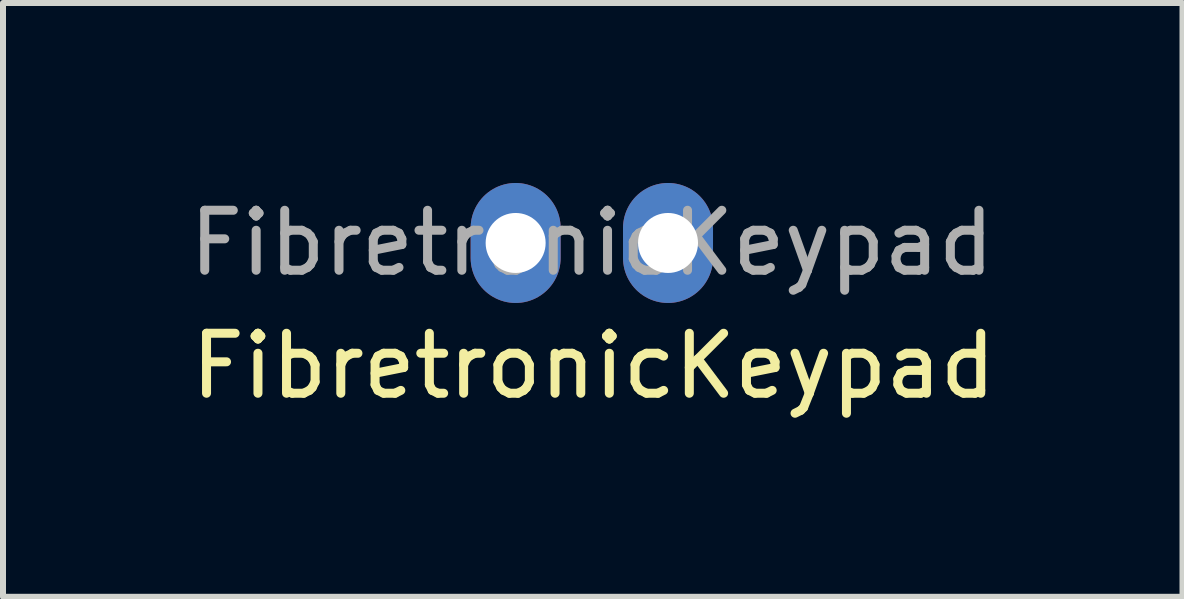
<source format=kicad_pcb>
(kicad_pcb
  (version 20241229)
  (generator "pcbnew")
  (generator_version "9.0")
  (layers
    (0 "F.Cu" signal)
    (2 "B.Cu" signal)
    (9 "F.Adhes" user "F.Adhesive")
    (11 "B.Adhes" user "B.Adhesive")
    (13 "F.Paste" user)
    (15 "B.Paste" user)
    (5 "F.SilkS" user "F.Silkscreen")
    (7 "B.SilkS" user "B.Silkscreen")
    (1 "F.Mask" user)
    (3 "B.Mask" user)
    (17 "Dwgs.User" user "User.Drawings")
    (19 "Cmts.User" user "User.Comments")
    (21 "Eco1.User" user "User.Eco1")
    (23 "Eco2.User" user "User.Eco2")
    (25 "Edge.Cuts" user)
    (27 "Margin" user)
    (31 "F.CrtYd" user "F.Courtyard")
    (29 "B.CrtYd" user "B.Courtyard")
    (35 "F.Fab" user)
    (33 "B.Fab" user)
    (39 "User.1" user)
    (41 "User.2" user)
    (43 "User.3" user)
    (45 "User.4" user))
  (footprint "FibretronicKeypad"
    (layer "F.Cu")
    (at 5.545 1)
    (property "Reference" "FibretronicKeypad" (at 1.3 2.05 0) (layer "F.SilkS") (effects (font (size 1 1) (thickness 0.15))))
    (attr through_hole)
    (fp_text user "${REFERENCE}" (at 1.27 0 0) (layer "F.Fab") (effects (font (size 1 1) (thickness 0.15))))
    (pad "1" thru_hole oval (at 0 0) (size 1.5 2) (drill 1) (layers "*.Cu" "*.Mask"))
    (pad "2" thru_hole oval (at 2.54 0) (size 1.5 2) (drill 1) (layers "*.Cu" "*.Mask")))
  (gr_rect
    (start -3 -3)
    (end 16.661 6.898)
    (stroke (width 0.1) (type default))
    (fill no)
    (layer "Edge.Cuts")))
</source>
